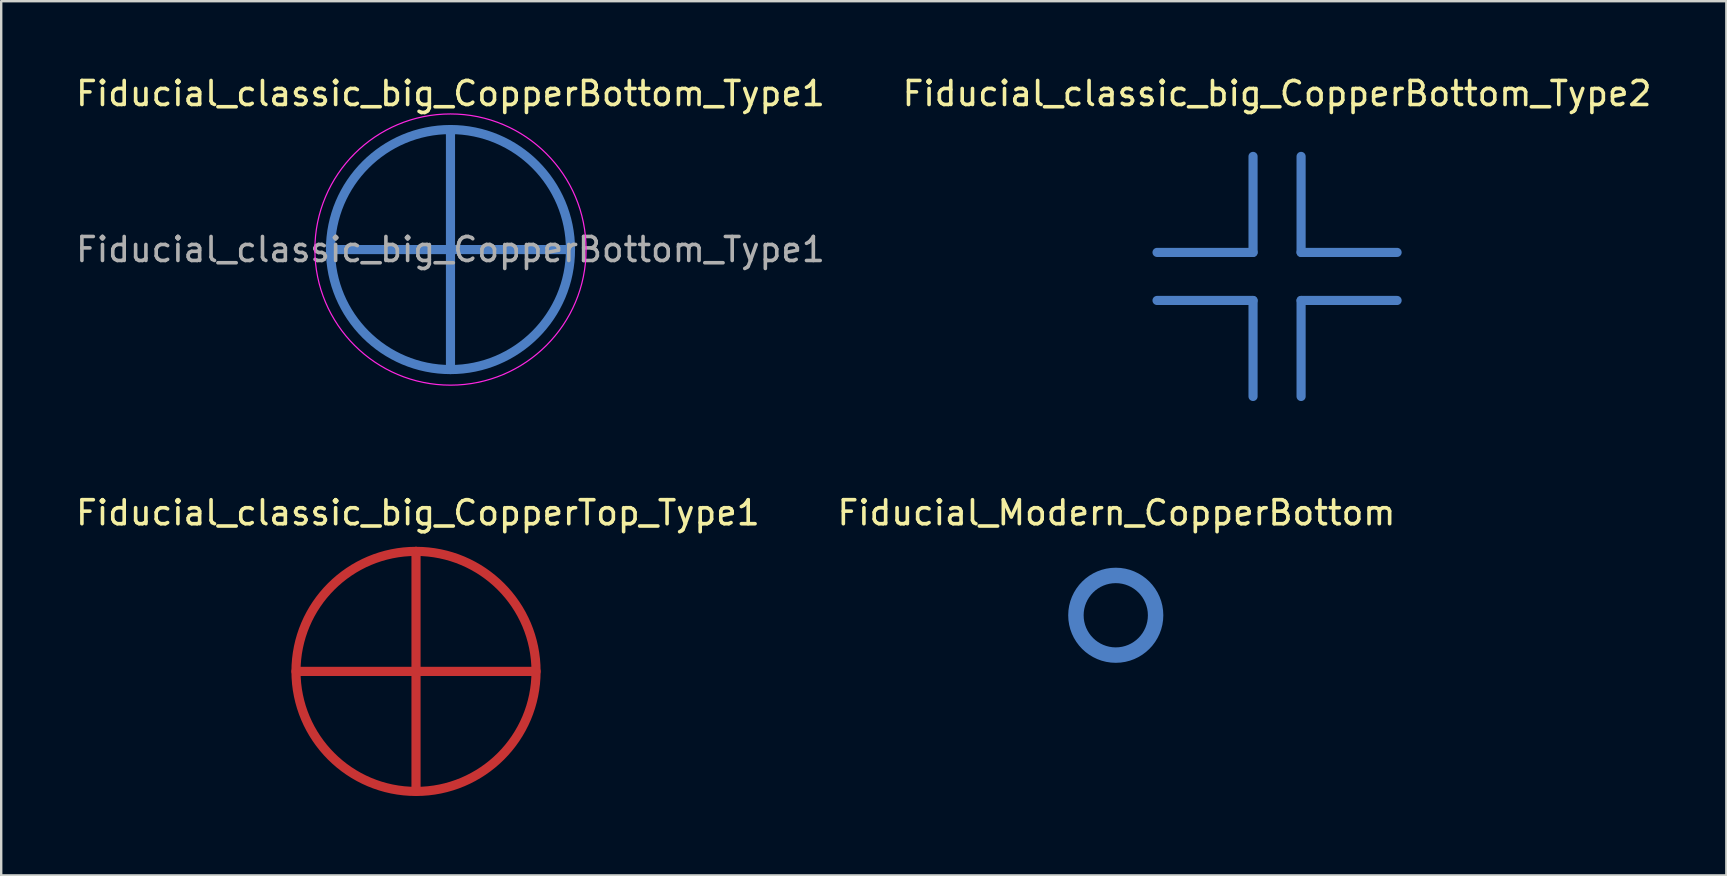
<source format=kicad_pcb>
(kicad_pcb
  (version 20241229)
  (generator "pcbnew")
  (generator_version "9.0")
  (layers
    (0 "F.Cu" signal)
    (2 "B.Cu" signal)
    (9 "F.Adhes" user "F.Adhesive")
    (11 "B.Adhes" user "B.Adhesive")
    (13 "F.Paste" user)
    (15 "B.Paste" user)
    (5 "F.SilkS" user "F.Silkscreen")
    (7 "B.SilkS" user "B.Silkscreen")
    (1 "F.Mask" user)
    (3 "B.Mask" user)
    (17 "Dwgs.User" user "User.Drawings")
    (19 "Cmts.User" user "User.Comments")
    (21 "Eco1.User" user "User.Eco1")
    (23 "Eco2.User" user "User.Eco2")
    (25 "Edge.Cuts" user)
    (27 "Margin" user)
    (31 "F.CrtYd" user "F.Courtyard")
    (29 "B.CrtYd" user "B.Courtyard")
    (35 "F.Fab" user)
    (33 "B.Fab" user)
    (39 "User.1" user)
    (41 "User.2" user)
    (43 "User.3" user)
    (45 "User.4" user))
  (footprint "Fiducial_Modern_CopperBottom"
    (layer "F.Cu")
    (at 43.44 22.586)
    (property "Reference" "Fiducial_Modern_CopperBottom" (at 0.03 -4.27 0) (layer "F.SilkS") (effects (font (size 1 1) (thickness 0.15))))
    (attr through_hole)
    (fp_circle (center 0 0) (end 1.529 0) (stroke (width 0.381) (type solid)) (fill no) (layer "B.Cu"))
    (fp_circle (center 0 0) (end 1.791 0) (stroke (width 0.381) (type solid)) (fill no) (layer "B.Cu"))
    (pad "" smd circle (at 0 0) (size 4.801 4.801) (layers "B.Mask")))
  (footprint "Fiducial_classic_big_CopperTop_Type1"
    (layer "F.Cu")
    (at 14.284 24.925)
    (property "Reference" "Fiducial_classic_big_CopperTop_Type1" (at 0.079 -6.609 0) (layer "F.SilkS") (effects (font (size 1 1) (thickness 0.15))))
    (attr through_hole)
    (fp_line (start -5.001 0) (end 5.001 0) (stroke (width 0.381) (type solid)) (layer "F.Cu"))
    (fp_line (start 0 -5.001) (end 0 5.001) (stroke (width 0.381) (type solid)) (layer "F.Cu"))
    (fp_circle (center 0 0) (end 5.001 0) (stroke (width 0.381) (type solid)) (fill no) (layer "F.Cu"))
    (pad "" smd circle (at 0 0) (size 11.001 11.001) (layers "F.Mask")))
  (footprint "Fiducial_classic_big_CopperBottom_Type1"
    (layer "F.Cu")
    (at 15.72 7.348)
    (property "Reference" "Fiducial_classic_big_CopperBottom_Type1" (at 0 -6.5 0) (layer "F.SilkS") (effects (font (size 1 1) (thickness 0.15))))
    (attr smd)
    (fp_line (start -5 0) (end 5 0) (stroke (width 0.381) (type solid)) (layer "B.Cu"))
    (fp_line (start 0 -5) (end 0 5) (stroke (width 0.381) (type solid)) (layer "B.Cu"))
    (fp_circle (center 0 0) (end 5 0) (stroke (width 0.381) (type solid)) (fill no) (layer "B.Cu"))
    (fp_circle (center 0 0) (end 5.65 0) (stroke (width 0.05) (type solid)) (fill no) (layer "F.CrtYd"))
    (fp_text user "${REFERENCE}" (at 0 0 0) (layer "F.Fab") (effects (font (size 1 1) (thickness 0.15))))
    (pad "" smd circle (at 0 0) (size 10.8 10.8) (layers "B.Mask")))
  (footprint "Fiducial_classic_big_CopperBottom_Type2"
    (layer "F.Cu")
    (at 50.161 8.468)
    (property "Reference" "Fiducial_classic_big_CopperBottom_Type2" (at 0 -7.62 0) (layer "F.SilkS") (effects (font (size 1 1) (thickness 0.15))))
    (attr through_hole)
    (fp_line (start -1.001 -1.001) (end -5.001 -1.001) (stroke (width 0.381) (type solid)) (layer "B.Cu"))
    (fp_line (start -1.001 -1.001) (end -1.001 -5.001) (stroke (width 0.381) (type solid)) (layer "B.Cu"))
    (fp_line (start -1.001 1.001) (end -5.001 1.001) (stroke (width 0.381) (type solid)) (layer "B.Cu"))
    (fp_line (start -1.001 1.001) (end -1.001 5.001) (stroke (width 0.381) (type solid)) (layer "B.Cu"))
    (fp_line (start 1.001 -1.001) (end 1.001 -5.001) (stroke (width 0.381) (type solid)) (layer "B.Cu"))
    (fp_line (start 1.001 -1.001) (end 5.001 -1.001) (stroke (width 0.381) (type solid)) (layer "B.Cu"))
    (fp_line (start 1.001 1.001) (end 1.001 5.001) (stroke (width 0.381) (type solid)) (layer "B.Cu"))
    (fp_line (start 1.001 1.001) (end 5.001 1.001) (stroke (width 0.381) (type solid)) (layer "B.Cu"))
    (pad "" smd rect (at 0 0) (size 11.999 11.999) (layers "B.Mask")))
  (gr_rect
    (start -3 -3)
    (end 68.881 33.425)
    (stroke (width 0.1) (type default))
    (fill no)
    (layer "Edge.Cuts")))
</source>
